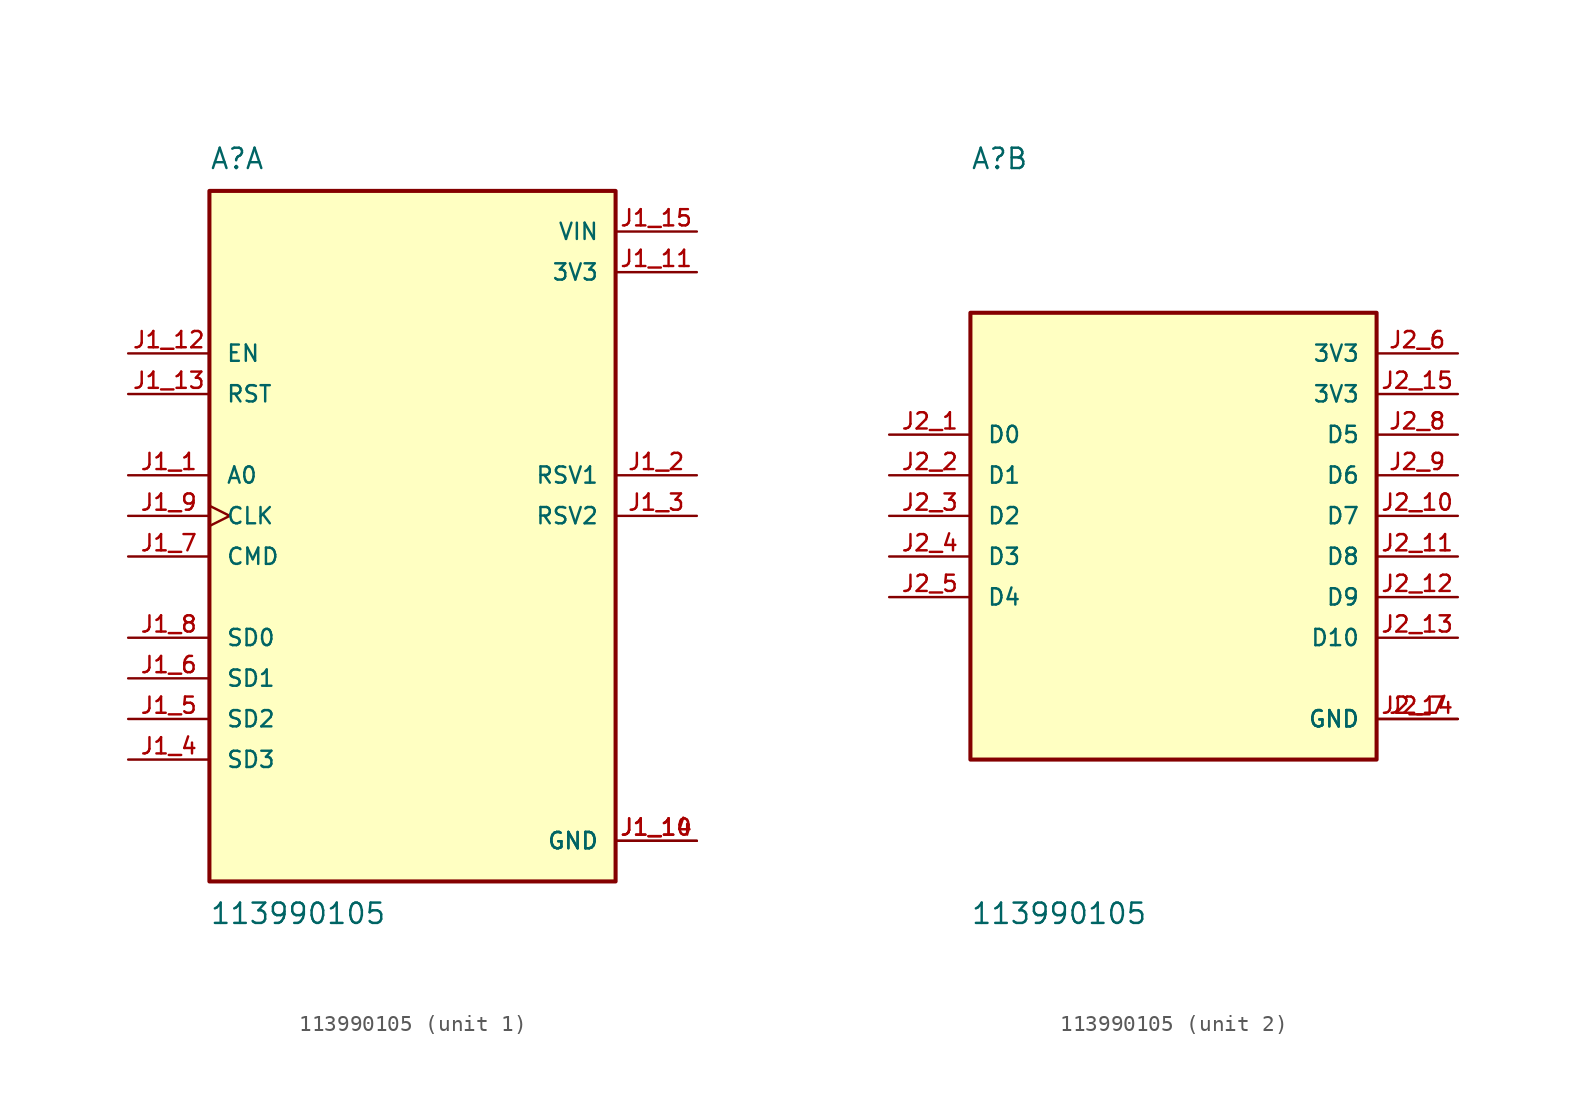
<source format=kicad_sym>
(kicad_symbol_lib
  (version 20211014)
  (generator kicad_symbol_editor)
  (symbol "113990105"
    (pin_names
      (offset 1.016))
    (property "Reference" "A"
      (at -12.7 21.59 0)
      (effects (font (size 1.27 1.27)) (justify left bottom)))
    (property "Value" "113990105"
      (at -12.7 -24.13 0)
      (effects (font (size 1.27 1.27)) (justify left top)))
    (symbol "113990105_1_0"
      (rectangle (start -12.7 -22.86) (end 12.7 20.32) (stroke (width 0.254) (type default) (color 0 0 0 0)) (fill (type background)))
      (pin bidirectional line (at -17.78 2.54 0) (length 5.08) (name "A0" (effects (font (size 1.016 1.016)))) (number "J1_1" (effects (font (size 1.016 1.016)))))
      (pin power_in line (at 17.78 -20.32 180) (length 5.08) (name "GND" (effects (font (size 1.016 1.016)))) (number "J1_10" (effects (font (size 1.016 1.016)))))
      (pin power_in line (at 17.78 15.24 180) (length 5.08) (name "3V3" (effects (font (size 1.016 1.016)))) (number "J1_11" (effects (font (size 1.016 1.016)))))
      (pin input line (at -17.78 10.16 0) (length 5.08) (name "EN" (effects (font (size 1.016 1.016)))) (number "J1_12" (effects (font (size 1.016 1.016)))))
      (pin input line (at -17.78 7.62 0) (length 5.08) (name "RST" (effects (font (size 1.016 1.016)))) (number "J1_13" (effects (font (size 1.016 1.016)))))
      (pin power_in line (at 17.78 -20.32 180) (length 5.08) (name "GND" (effects (font (size 1.016 1.016)))) (number "J1_14" (effects (font (size 1.016 1.016)))))
      (pin power_in line (at 17.78 17.78 180) (length 5.08) (name "VIN" (effects (font (size 1.016 1.016)))) (number "J1_15" (effects (font (size 1.016 1.016)))))
      (pin bidirectional line (at 17.78 2.54 180) (length 5.08) (name "RSV1" (effects (font (size 1.016 1.016)))) (number "J1_2" (effects (font (size 1.016 1.016)))))
      (pin bidirectional line (at 17.78 0 180) (length 5.08) (name "RSV2" (effects (font (size 1.016 1.016)))) (number "J1_3" (effects (font (size 1.016 1.016)))))
      (pin bidirectional line (at -17.78 -15.24 0) (length 5.08) (name "SD3" (effects (font (size 1.016 1.016)))) (number "J1_4" (effects (font (size 1.016 1.016)))))
      (pin bidirectional line (at -17.78 -12.7 0) (length 5.08) (name "SD2" (effects (font (size 1.016 1.016)))) (number "J1_5" (effects (font (size 1.016 1.016)))))
      (pin bidirectional line (at -17.78 -10.16 0) (length 5.08) (name "SD1" (effects (font (size 1.016 1.016)))) (number "J1_6" (effects (font (size 1.016 1.016)))))
      (pin bidirectional line (at -17.78 -2.54 0) (length 5.08) (name "CMD" (effects (font (size 1.016 1.016)))) (number "J1_7" (effects (font (size 1.016 1.016)))))
      (pin bidirectional line (at -17.78 -7.62 0) (length 5.08) (name "SD0" (effects (font (size 1.016 1.016)))) (number "J1_8" (effects (font (size 1.016 1.016)))))
      (pin bidirectional clock (at -17.78 0 0) (length 5.08) (name "CLK" (effects (font (size 1.016 1.016)))) (number "J1_9" (effects (font (size 1.016 1.016))))))
    (symbol "113990105_2_0"
      (rectangle (start -12.7 -15.24) (end 12.7 12.7) (stroke (width 0.254) (type default) (color 0 0 0 0)) (fill (type background)))
      (pin bidirectional line (at -17.78 5.08 0) (length 5.08) (name "D0" (effects (font (size 1.016 1.016)))) (number "J2_1" (effects (font (size 1.016 1.016)))))
      (pin bidirectional line (at 17.78 0 180) (length 5.08) (name "D7" (effects (font (size 1.016 1.016)))) (number "J2_10" (effects (font (size 1.016 1.016)))))
      (pin bidirectional line (at 17.78 -2.54 180) (length 5.08) (name "D8" (effects (font (size 1.016 1.016)))) (number "J2_11" (effects (font (size 1.016 1.016)))))
      (pin bidirectional line (at 17.78 -5.08 180) (length 5.08) (name "D9" (effects (font (size 1.016 1.016)))) (number "J2_12" (effects (font (size 1.016 1.016)))))
      (pin bidirectional line (at 17.78 -7.62 180) (length 5.08) (name "D10" (effects (font (size 1.016 1.016)))) (number "J2_13" (effects (font (size 1.016 1.016)))))
      (pin power_in line (at 17.78 -12.7 180) (length 5.08) (name "GND" (effects (font (size 1.016 1.016)))) (number "J2_14" (effects (font (size 1.016 1.016)))))
      (pin power_in line (at 17.78 7.62 180) (length 5.08) (name "3V3" (effects (font (size 1.016 1.016)))) (number "J2_15" (effects (font (size 1.016 1.016)))))
      (pin bidirectional line (at -17.78 2.54 0) (length 5.08) (name "D1" (effects (font (size 1.016 1.016)))) (number "J2_2" (effects (font (size 1.016 1.016)))))
      (pin bidirectional line (at -17.78 0 0) (length 5.08) (name "D2" (effects (font (size 1.016 1.016)))) (number "J2_3" (effects (font (size 1.016 1.016)))))
      (pin bidirectional line (at -17.78 -2.54 0) (length 5.08) (name "D3" (effects (font (size 1.016 1.016)))) (number "J2_4" (effects (font (size 1.016 1.016)))))
      (pin bidirectional line (at -17.78 -5.08 0) (length 5.08) (name "D4" (effects (font (size 1.016 1.016)))) (number "J2_5" (effects (font (size 1.016 1.016)))))
      (pin power_in line (at 17.78 10.16 180) (length 5.08) (name "3V3" (effects (font (size 1.016 1.016)))) (number "J2_6" (effects (font (size 1.016 1.016)))))
      (pin power_in line (at 17.78 -12.7 180) (length 5.08) (name "GND" (effects (font (size 1.016 1.016)))) (number "J2_7" (effects (font (size 1.016 1.016)))))
      (pin bidirectional line (at 17.78 5.08 180) (length 5.08) (name "D5" (effects (font (size 1.016 1.016)))) (number "J2_8" (effects (font (size 1.016 1.016)))))
      (pin bidirectional line (at 17.78 2.54 180) (length 5.08) (name "D6" (effects (font (size 1.016 1.016)))) (number "J2_9" (effects (font (size 1.016 1.016))))))))
</source>
